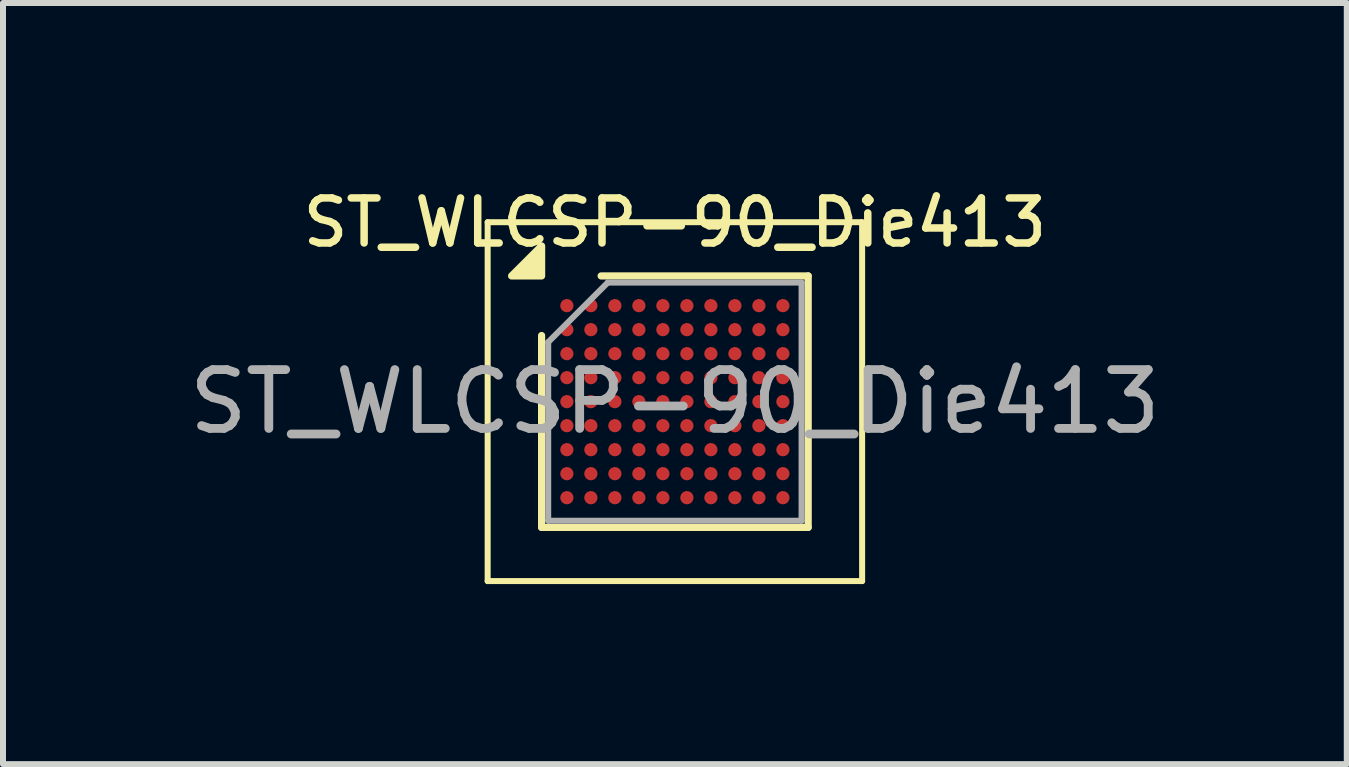
<source format=kicad_pcb>
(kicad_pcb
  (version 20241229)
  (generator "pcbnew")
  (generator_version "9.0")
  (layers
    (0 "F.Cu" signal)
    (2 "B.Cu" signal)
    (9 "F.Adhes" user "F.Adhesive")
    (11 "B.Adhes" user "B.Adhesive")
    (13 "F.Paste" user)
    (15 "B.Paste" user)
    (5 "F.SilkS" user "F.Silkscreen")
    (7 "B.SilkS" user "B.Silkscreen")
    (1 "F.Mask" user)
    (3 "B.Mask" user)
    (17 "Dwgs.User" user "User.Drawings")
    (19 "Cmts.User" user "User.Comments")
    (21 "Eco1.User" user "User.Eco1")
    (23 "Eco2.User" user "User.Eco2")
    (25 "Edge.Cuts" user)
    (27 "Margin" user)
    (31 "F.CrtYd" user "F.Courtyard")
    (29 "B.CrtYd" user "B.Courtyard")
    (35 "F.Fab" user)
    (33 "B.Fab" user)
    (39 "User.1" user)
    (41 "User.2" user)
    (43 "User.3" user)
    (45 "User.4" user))
  (footprint "ST_WLCSP-90_Die413"
    (layer "F.Cu")
    (at 8.196 3.643)
    (property "Reference" "ST_WLCSP-90_Die413" (at 0 -2.985 0) (layer "F.SilkS") (effects (font (size 0.75 0.75) (thickness 0.125))))
    (attr smd)
    (fp_line (start -3.12 -2.99) (end -3.12 2.99) (stroke (width 0.1) (type solid)) (layer "F.SilkS"))
    (fp_line (start -3.12 2.99) (end 3.12 2.99) (stroke (width 0.1) (type solid)) (layer "F.SilkS"))
    (fp_line (start -2.221 2.095) (end -2.221 -1.102) (stroke (width 0.12) (type solid)) (layer "F.SilkS"))
    (fp_line (start -1.229 -2.095) (end 2.221 -2.095) (stroke (width 0.12) (type solid)) (layer "F.SilkS"))
    (fp_line (start 2.221 -2.095) (end 2.221 2.095) (stroke (width 0.12) (type solid)) (layer "F.SilkS"))
    (fp_line (start 2.221 2.095) (end -2.221 2.095) (stroke (width 0.12) (type solid)) (layer "F.SilkS"))
    (fp_line (start 3.12 -2.99) (end -3.12 -2.99) (stroke (width 0.1) (type solid)) (layer "F.SilkS"))
    (fp_line (start 3.12 2.99) (end 3.12 -2.99) (stroke (width 0.1) (type solid)) (layer "F.SilkS"))
    (fp_poly (pts (xy -2.221 -2.095) (xy -2.721 -2.095) (xy -2.221 -2.595) (xy -2.221 -2.095)) (stroke (width 0.12) (type solid)) (fill yes) (layer "F.SilkS"))
    (fp_line (start -2.111 -0.992) (end -1.119 -1.984) (stroke (width 0.1) (type solid)) (layer "F.Fab"))
    (fp_line (start -2.111 1.984) (end -2.111 -0.992) (stroke (width 0.1) (type solid)) (layer "F.Fab"))
    (fp_line (start -1.119 -1.984) (end 2.111 -1.984) (stroke (width 0.1) (type solid)) (layer "F.Fab"))
    (fp_line (start 2.111 -1.984) (end 2.111 1.984) (stroke (width 0.1) (type solid)) (layer "F.Fab"))
    (fp_line (start 2.111 1.984) (end -2.111 1.984) (stroke (width 0.1) (type solid)) (layer "F.Fab"))
    (fp_text user "${REFERENCE}" (at 0 0 0) (layer "F.Fab") (effects (font (size 0.98 0.98) (thickness 0.147))))
    (pad "A1" smd circle (at -1.8 -1.6) (size 0.22 0.22) (property pad_prop_bga) (layers "F.Cu" "F.Mask" "F.Paste"))
    (pad "A2" smd circle (at -1.4 -1.6) (size 0.22 0.22) (property pad_prop_bga) (layers "F.Cu" "F.Mask" "F.Paste"))
    (pad "A3" smd circle (at -1 -1.6) (size 0.22 0.22) (property pad_prop_bga) (layers "F.Cu" "F.Mask" "F.Paste"))
    (pad "A4" smd circle (at -0.6 -1.6) (size 0.22 0.22) (property pad_prop_bga) (layers "F.Cu" "F.Mask" "F.Paste"))
    (pad "A5" smd circle (at -0.2 -1.6) (size 0.22 0.22) (property pad_prop_bga) (layers "F.Cu" "F.Mask" "F.Paste"))
    (pad "A6" smd circle (at 0.2 -1.6) (size 0.22 0.22) (property pad_prop_bga) (layers "F.Cu" "F.Mask" "F.Paste"))
    (pad "A7" smd circle (at 0.6 -1.6) (size 0.22 0.22) (property pad_prop_bga) (layers "F.Cu" "F.Mask" "F.Paste"))
    (pad "A8" smd circle (at 1 -1.6) (size 0.22 0.22) (property pad_prop_bga) (layers "F.Cu" "F.Mask" "F.Paste"))
    (pad "A9" smd circle (at 1.4 -1.6) (size 0.22 0.22) (property pad_prop_bga) (layers "F.Cu" "F.Mask" "F.Paste"))
    (pad "A10" smd circle (at 1.8 -1.6) (size 0.22 0.22) (property pad_prop_bga) (layers "F.Cu" "F.Mask" "F.Paste"))
    (pad "B1" smd circle (at -1.8 -1.2) (size 0.22 0.22) (property pad_prop_bga) (layers "F.Cu" "F.Mask" "F.Paste"))
    (pad "B2" smd circle (at -1.4 -1.2) (size 0.22 0.22) (property pad_prop_bga) (layers "F.Cu" "F.Mask" "F.Paste"))
    (pad "B3" smd circle (at -1 -1.2) (size 0.22 0.22) (property pad_prop_bga) (layers "F.Cu" "F.Mask" "F.Paste"))
    (pad "B4" smd circle (at -0.6 -1.2) (size 0.22 0.22) (property pad_prop_bga) (layers "F.Cu" "F.Mask" "F.Paste"))
    (pad "B5" smd circle (at -0.2 -1.2) (size 0.22 0.22) (property pad_prop_bga) (layers "F.Cu" "F.Mask" "F.Paste"))
    (pad "B6" smd circle (at 0.2 -1.2) (size 0.22 0.22) (property pad_prop_bga) (layers "F.Cu" "F.Mask" "F.Paste"))
    (pad "B7" smd circle (at 0.6 -1.2) (size 0.22 0.22) (property pad_prop_bga) (layers "F.Cu" "F.Mask" "F.Paste"))
    (pad "B8" smd circle (at 1 -1.2) (size 0.22 0.22) (property pad_prop_bga) (layers "F.Cu" "F.Mask" "F.Paste"))
    (pad "B9" smd circle (at 1.4 -1.2) (size 0.22 0.22) (property pad_prop_bga) (layers "F.Cu" "F.Mask" "F.Paste"))
    (pad "B10" smd circle (at 1.8 -1.2) (size 0.22 0.22) (property pad_prop_bga) (layers "F.Cu" "F.Mask" "F.Paste"))
    (pad "C1" smd circle (at -1.8 -0.8) (size 0.22 0.22) (property pad_prop_bga) (layers "F.Cu" "F.Mask" "F.Paste"))
    (pad "C2" smd circle (at -1.4 -0.8) (size 0.22 0.22) (property pad_prop_bga) (layers "F.Cu" "F.Mask" "F.Paste"))
    (pad "C3" smd circle (at -1 -0.8) (size 0.22 0.22) (property pad_prop_bga) (layers "F.Cu" "F.Mask" "F.Paste"))
    (pad "C4" smd circle (at -0.6 -0.8) (size 0.22 0.22) (property pad_prop_bga) (layers "F.Cu" "F.Mask" "F.Paste"))
    (pad "C5" smd circle (at -0.2 -0.8) (size 0.22 0.22) (property pad_prop_bga) (layers "F.Cu" "F.Mask" "F.Paste"))
    (pad "C6" smd circle (at 0.2 -0.8) (size 0.22 0.22) (property pad_prop_bga) (layers "F.Cu" "F.Mask" "F.Paste"))
    (pad "C7" smd circle (at 0.6 -0.8) (size 0.22 0.22) (property pad_prop_bga) (layers "F.Cu" "F.Mask" "F.Paste"))
    (pad "C8" smd circle (at 1 -0.8) (size 0.22 0.22) (property pad_prop_bga) (layers "F.Cu" "F.Mask" "F.Paste"))
    (pad "C9" smd circle (at 1.4 -0.8) (size 0.22 0.22) (property pad_prop_bga) (layers "F.Cu" "F.Mask" "F.Paste"))
    (pad "C10" smd circle (at 1.8 -0.8) (size 0.22 0.22) (property pad_prop_bga) (layers "F.Cu" "F.Mask" "F.Paste"))
    (pad "D1" smd circle (at -1.8 -0.4) (size 0.22 0.22) (property pad_prop_bga) (layers "F.Cu" "F.Mask" "F.Paste"))
    (pad "D2" smd circle (at -1.4 -0.4) (size 0.22 0.22) (property pad_prop_bga) (layers "F.Cu" "F.Mask" "F.Paste"))
    (pad "D3" smd circle (at -1 -0.4) (size 0.22 0.22) (property pad_prop_bga) (layers "F.Cu" "F.Mask" "F.Paste"))
    (pad "D4" smd circle (at -0.6 -0.4) (size 0.22 0.22) (property pad_prop_bga) (layers "F.Cu" "F.Mask" "F.Paste"))
    (pad "D5" smd circle (at -0.2 -0.4) (size 0.22 0.22) (property pad_prop_bga) (layers "F.Cu" "F.Mask" "F.Paste"))
    (pad "D6" smd circle (at 0.2 -0.4) (size 0.22 0.22) (property pad_prop_bga) (layers "F.Cu" "F.Mask" "F.Paste"))
    (pad "D7" smd circle (at 0.6 -0.4) (size 0.22 0.22) (property pad_prop_bga) (layers "F.Cu" "F.Mask" "F.Paste"))
    (pad "D8" smd circle (at 1 -0.4) (size 0.22 0.22) (property pad_prop_bga) (layers "F.Cu" "F.Mask" "F.Paste"))
    (pad "D9" smd circle (at 1.4 -0.4) (size 0.22 0.22) (property pad_prop_bga) (layers "F.Cu" "F.Mask" "F.Paste"))
    (pad "D10" smd circle (at 1.8 -0.4) (size 0.22 0.22) (property pad_prop_bga) (layers "F.Cu" "F.Mask" "F.Paste"))
    (pad "E1" smd circle (at -1.8 0) (size 0.22 0.22) (property pad_prop_bga) (layers "F.Cu" "F.Mask" "F.Paste"))
    (pad "E2" smd circle (at -1.4 0) (size 0.22 0.22) (property pad_prop_bga) (layers "F.Cu" "F.Mask" "F.Paste"))
    (pad "E3" smd circle (at -1 0) (size 0.22 0.22) (property pad_prop_bga) (layers "F.Cu" "F.Mask" "F.Paste"))
    (pad "E4" smd circle (at -0.6 0) (size 0.22 0.22) (property pad_prop_bga) (layers "F.Cu" "F.Mask" "F.Paste"))
    (pad "E5" smd circle (at -0.2 0) (size 0.22 0.22) (property pad_prop_bga) (layers "F.Cu" "F.Mask" "F.Paste"))
    (pad "E6" smd circle (at 0.2 0) (size 0.22 0.22) (property pad_prop_bga) (layers "F.Cu" "F.Mask" "F.Paste"))
    (pad "E7" smd circle (at 0.6 0) (size 0.22 0.22) (property pad_prop_bga) (layers "F.Cu" "F.Mask" "F.Paste"))
    (pad "E8" smd circle (at 1 0) (size 0.22 0.22) (property pad_prop_bga) (layers "F.Cu" "F.Mask" "F.Paste"))
    (pad "E9" smd circle (at 1.4 0) (size 0.22 0.22) (property pad_prop_bga) (layers "F.Cu" "F.Mask" "F.Paste"))
    (pad "E10" smd circle (at 1.8 0) (size 0.22 0.22) (property pad_prop_bga) (layers "F.Cu" "F.Mask" "F.Paste"))
    (pad "F1" smd circle (at -1.8 0.4) (size 0.22 0.22) (property pad_prop_bga) (layers "F.Cu" "F.Mask" "F.Paste"))
    (pad "F2" smd circle (at -1.4 0.4) (size 0.22 0.22) (property pad_prop_bga) (layers "F.Cu" "F.Mask" "F.Paste"))
    (pad "F3" smd circle (at -1 0.4) (size 0.22 0.22) (property pad_prop_bga) (layers "F.Cu" "F.Mask" "F.Paste"))
    (pad "F4" smd circle (at -0.6 0.4) (size 0.22 0.22) (property pad_prop_bga) (layers "F.Cu" "F.Mask" "F.Paste"))
    (pad "F5" smd circle (at -0.2 0.4) (size 0.22 0.22) (property pad_prop_bga) (layers "F.Cu" "F.Mask" "F.Paste"))
    (pad "F6" smd circle (at 0.2 0.4) (size 0.22 0.22) (property pad_prop_bga) (layers "F.Cu" "F.Mask" "F.Paste"))
    (pad "F7" smd circle (at 0.6 0.4) (size 0.22 0.22) (property pad_prop_bga) (layers "F.Cu" "F.Mask" "F.Paste"))
    (pad "F8" smd circle (at 1 0.4) (size 0.22 0.22) (property pad_prop_bga) (layers "F.Cu" "F.Mask" "F.Paste"))
    (pad "F9" smd circle (at 1.4 0.4) (size 0.22 0.22) (property pad_prop_bga) (layers "F.Cu" "F.Mask" "F.Paste"))
    (pad "F10" smd circle (at 1.8 0.4) (size 0.22 0.22) (property pad_prop_bga) (layers "F.Cu" "F.Mask" "F.Paste"))
    (pad "G1" smd circle (at -1.8 0.8) (size 0.22 0.22) (property pad_prop_bga) (layers "F.Cu" "F.Mask" "F.Paste"))
    (pad "G2" smd circle (at -1.4 0.8) (size 0.22 0.22) (property pad_prop_bga) (layers "F.Cu" "F.Mask" "F.Paste"))
    (pad "G3" smd circle (at -1 0.8) (size 0.22 0.22) (property pad_prop_bga) (layers "F.Cu" "F.Mask" "F.Paste"))
    (pad "G4" smd circle (at -0.6 0.8) (size 0.22 0.22) (property pad_prop_bga) (layers "F.Cu" "F.Mask" "F.Paste"))
    (pad "G5" smd circle (at -0.2 0.8) (size 0.22 0.22) (property pad_prop_bga) (layers "F.Cu" "F.Mask" "F.Paste"))
    (pad "G6" smd circle (at 0.2 0.8) (size 0.22 0.22) (property pad_prop_bga) (layers "F.Cu" "F.Mask" "F.Paste"))
    (pad "G7" smd circle (at 0.6 0.8) (size 0.22 0.22) (property pad_prop_bga) (layers "F.Cu" "F.Mask" "F.Paste"))
    (pad "G8" smd circle (at 1 0.8) (size 0.22 0.22) (property pad_prop_bga) (layers "F.Cu" "F.Mask" "F.Paste"))
    (pad "G9" smd circle (at 1.4 0.8) (size 0.22 0.22) (property pad_prop_bga) (layers "F.Cu" "F.Mask" "F.Paste"))
    (pad "G10" smd circle (at 1.8 0.8) (size 0.22 0.22) (property pad_prop_bga) (layers "F.Cu" "F.Mask" "F.Paste"))
    (pad "H1" smd circle (at -1.8 1.2) (size 0.22 0.22) (property pad_prop_bga) (layers "F.Cu" "F.Mask" "F.Paste"))
    (pad "H2" smd circle (at -1.4 1.2) (size 0.22 0.22) (property pad_prop_bga) (layers "F.Cu" "F.Mask" "F.Paste"))
    (pad "H3" smd circle (at -1 1.2) (size 0.22 0.22) (property pad_prop_bga) (layers "F.Cu" "F.Mask" "F.Paste"))
    (pad "H4" smd circle (at -0.6 1.2) (size 0.22 0.22) (property pad_prop_bga) (layers "F.Cu" "F.Mask" "F.Paste"))
    (pad "H5" smd circle (at -0.2 1.2) (size 0.22 0.22) (property pad_prop_bga) (layers "F.Cu" "F.Mask" "F.Paste"))
    (pad "H6" smd circle (at 0.2 1.2) (size 0.22 0.22) (property pad_prop_bga) (layers "F.Cu" "F.Mask" "F.Paste"))
    (pad "H7" smd circle (at 0.6 1.2) (size 0.22 0.22) (property pad_prop_bga) (layers "F.Cu" "F.Mask" "F.Paste"))
    (pad "H8" smd circle (at 1 1.2) (size 0.22 0.22) (property pad_prop_bga) (layers "F.Cu" "F.Mask" "F.Paste"))
    (pad "H9" smd circle (at 1.4 1.2) (size 0.22 0.22) (property pad_prop_bga) (layers "F.Cu" "F.Mask" "F.Paste"))
    (pad "H10" smd circle (at 1.8 1.2) (size 0.22 0.22) (property pad_prop_bga) (layers "F.Cu" "F.Mask" "F.Paste"))
    (pad "J1" smd circle (at -1.8 1.6) (size 0.22 0.22) (property pad_prop_bga) (layers "F.Cu" "F.Mask" "F.Paste"))
    (pad "J2" smd circle (at -1.4 1.6) (size 0.22 0.22) (property pad_prop_bga) (layers "F.Cu" "F.Mask" "F.Paste"))
    (pad "J3" smd circle (at -1 1.6) (size 0.22 0.22) (property pad_prop_bga) (layers "F.Cu" "F.Mask" "F.Paste"))
    (pad "J4" smd circle (at -0.6 1.6) (size 0.22 0.22) (property pad_prop_bga) (layers "F.Cu" "F.Mask" "F.Paste"))
    (pad "J5" smd circle (at -0.2 1.6) (size 0.22 0.22) (property pad_prop_bga) (layers "F.Cu" "F.Mask" "F.Paste"))
    (pad "J6" smd circle (at 0.2 1.6) (size 0.22 0.22) (property pad_prop_bga) (layers "F.Cu" "F.Mask" "F.Paste"))
    (pad "J7" smd circle (at 0.6 1.6) (size 0.22 0.22) (property pad_prop_bga) (layers "F.Cu" "F.Mask" "F.Paste"))
    (pad "J8" smd circle (at 1 1.6) (size 0.22 0.22) (property pad_prop_bga) (layers "F.Cu" "F.Mask" "F.Paste"))
    (pad "J9" smd circle (at 1.4 1.6) (size 0.22 0.22) (property pad_prop_bga) (layers "F.Cu" "F.Mask" "F.Paste"))
    (pad "J10" smd circle (at 1.8 1.6) (size 0.22 0.22) (property pad_prop_bga) (layers "F.Cu" "F.Mask" "F.Paste")))
  (gr_rect
    (start -3 -3)
    (end 19.392 9.683)
    (stroke (width 0.1) (type default))
    (fill no)
    (layer "Edge.Cuts")))
</source>
